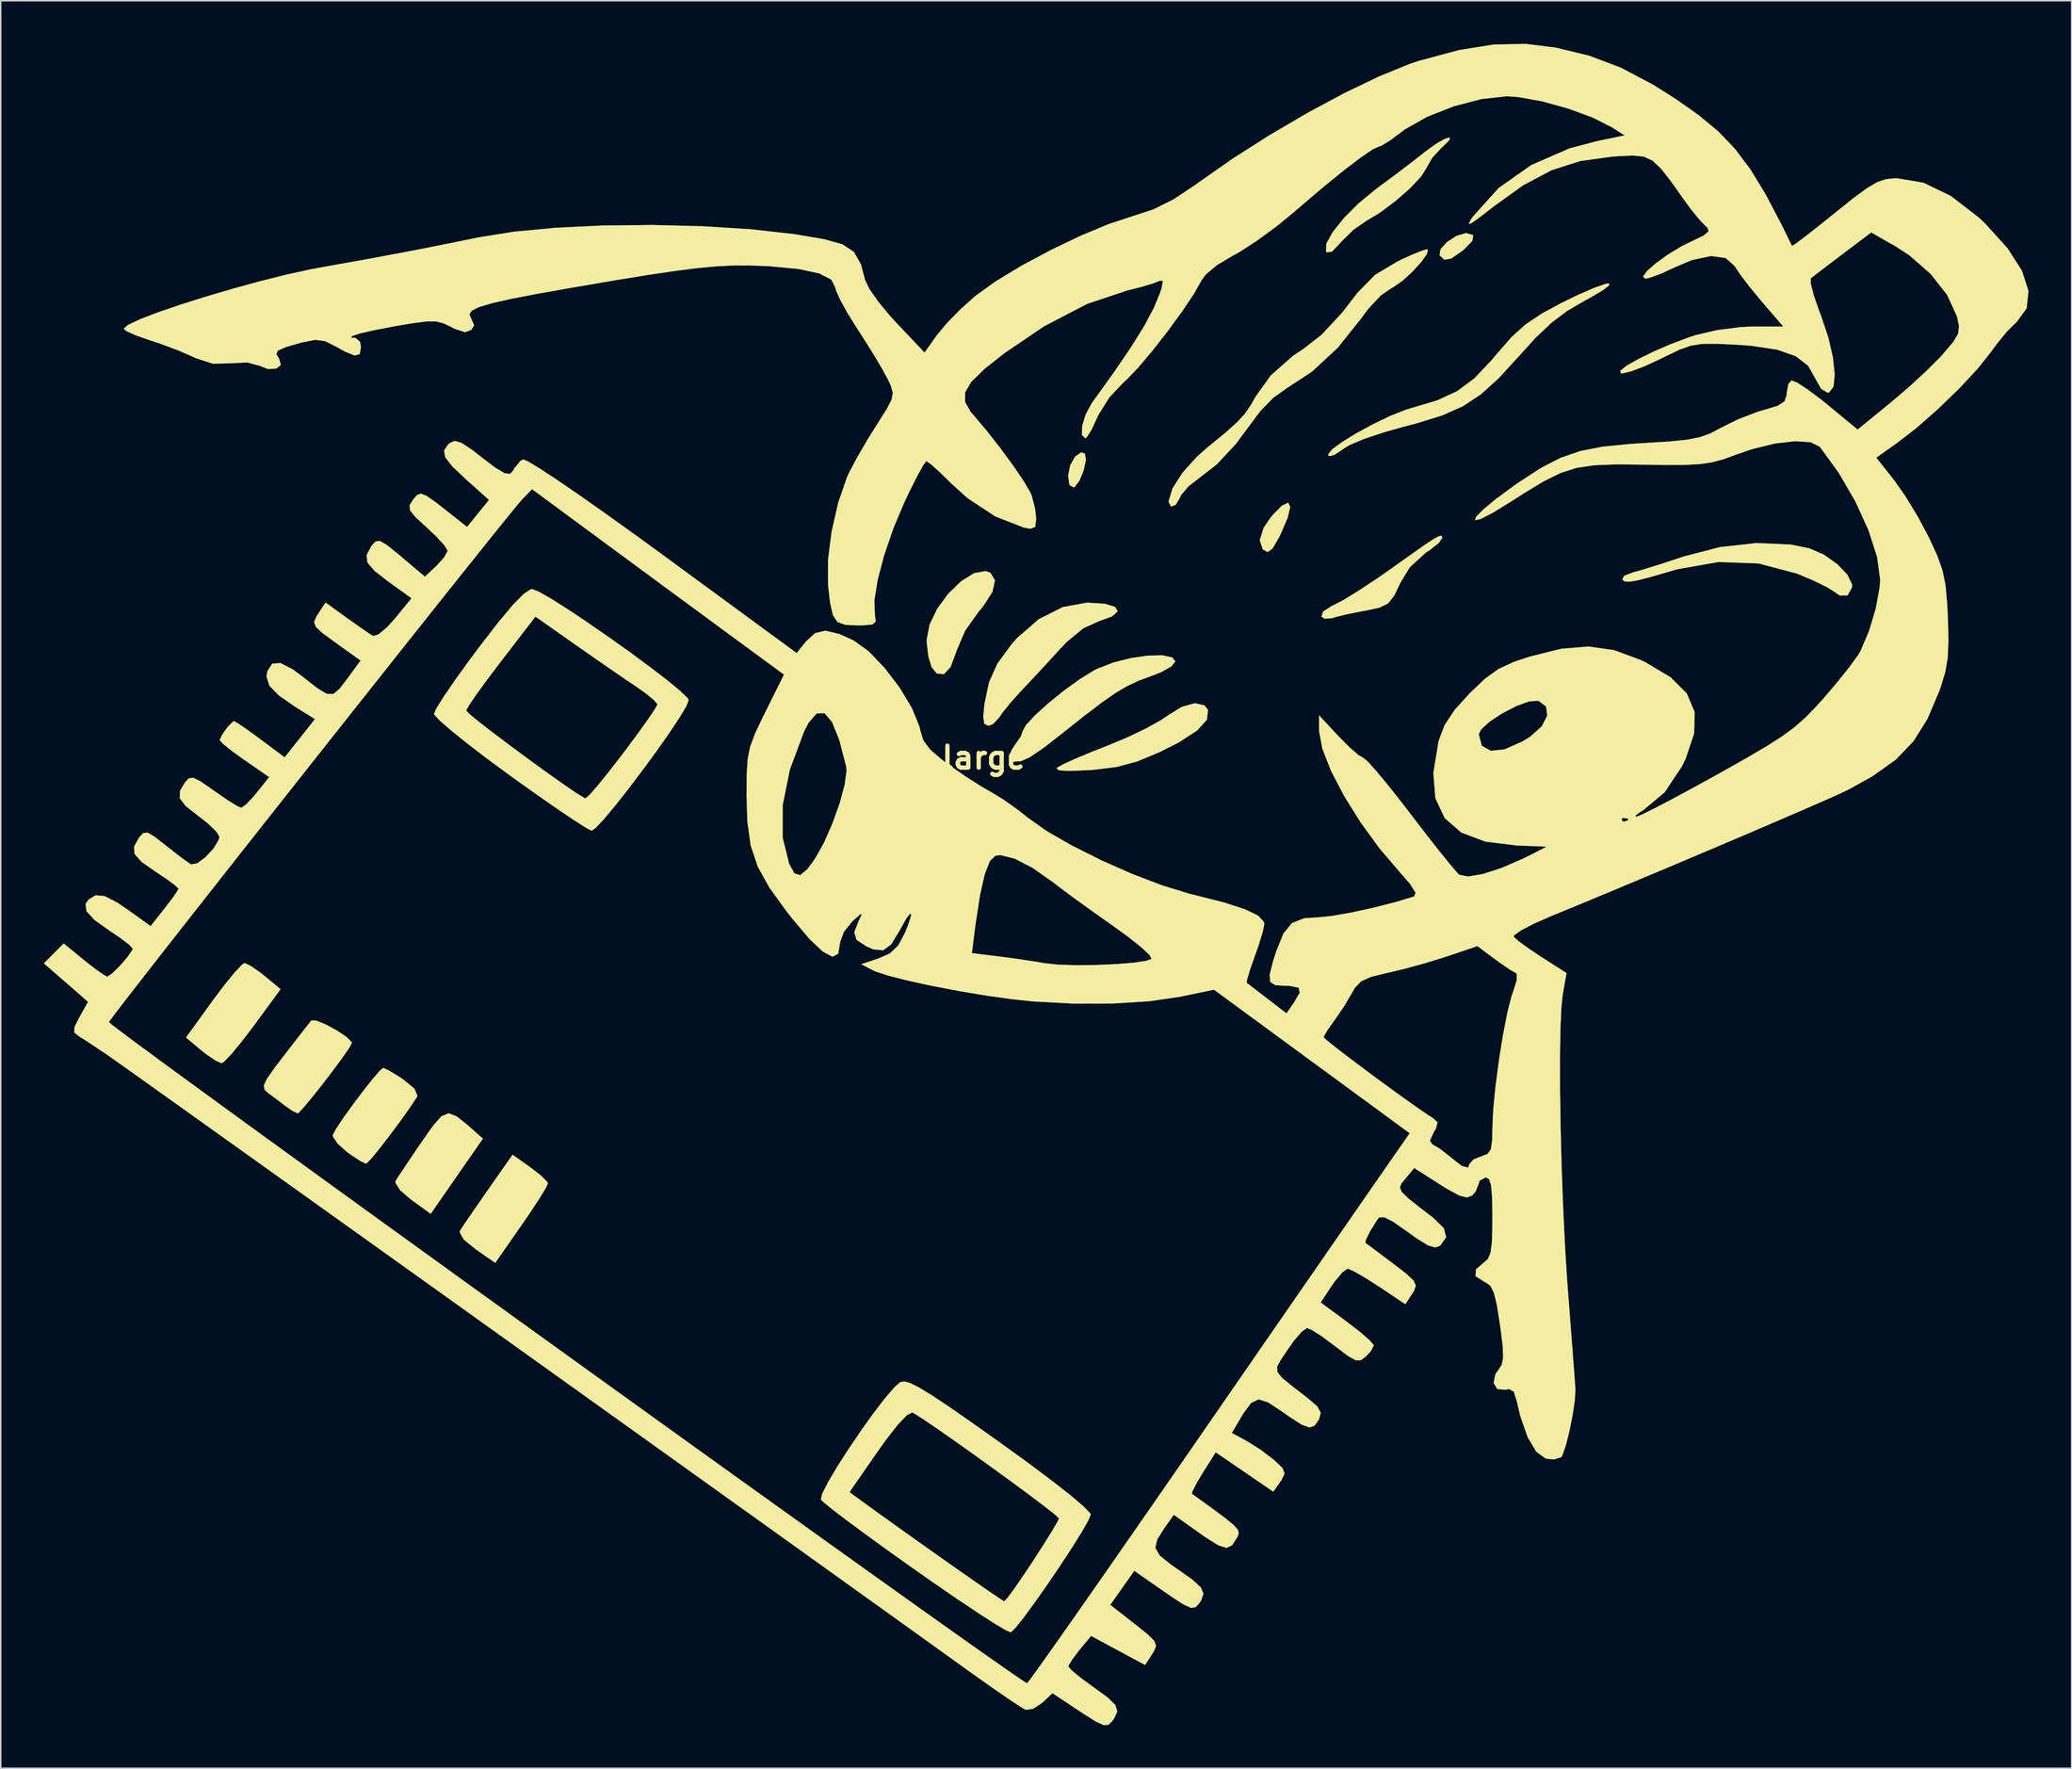
<source format=kicad_pcb>
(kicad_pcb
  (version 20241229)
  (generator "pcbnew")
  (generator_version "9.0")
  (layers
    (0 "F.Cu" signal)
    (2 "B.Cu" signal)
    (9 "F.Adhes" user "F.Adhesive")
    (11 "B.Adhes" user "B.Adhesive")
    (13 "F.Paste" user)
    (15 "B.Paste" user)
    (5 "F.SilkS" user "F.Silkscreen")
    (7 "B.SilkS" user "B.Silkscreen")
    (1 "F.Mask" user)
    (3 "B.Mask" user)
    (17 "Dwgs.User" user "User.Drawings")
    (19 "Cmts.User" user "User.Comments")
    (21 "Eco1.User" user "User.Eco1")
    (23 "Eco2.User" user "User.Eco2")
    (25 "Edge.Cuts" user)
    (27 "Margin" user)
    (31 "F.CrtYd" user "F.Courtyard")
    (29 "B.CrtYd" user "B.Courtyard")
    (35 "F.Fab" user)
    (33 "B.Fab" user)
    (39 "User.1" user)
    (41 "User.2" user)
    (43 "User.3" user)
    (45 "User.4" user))
  (footprint "ant_large"
    (layer "F.Cu")
    (at 63.029 49.681)
    (property "Reference" "ant_large" (at 0 0 0) (layer "F.SilkS") (effects (font (size 1.524 1.524) (thickness 0.3))))
    (attr through_hole)
    (fp_poly (pts (xy 9.421 -21.164) (xy 9.493 -20.72) (xy 9.337 -20.001) (xy 9.045 -19.283) (xy 8.707 -18.84) (xy 8.647 -18.81) (xy 8.348 -18.975) (xy 8.255 -19.62) (xy 8.4 -20.353) (xy 8.745 -20.954) (xy 9.158 -21.246) (xy 9.421 -21.164)) (stroke (width 0.01) (type solid)) (fill yes) (layer "F.SilkS"))
    (fp_poly (pts (xy 36.444 -36.369) (xy 36.386 -35.972) (xy 35.791 -35.358) (xy 35.676 -35.266) (xy 34.914 -34.741) (xy 34.44 -34.652) (xy 34.104 -34.969) (xy 34.167 -35.384) (xy 34.623 -35.886) (xy 35.277 -36.313) (xy 35.936 -36.505) (xy 35.957 -36.505) (xy 36.444 -36.369)) (stroke (width 0.01) (type solid)) (fill yes) (layer "F.SilkS"))
    (fp_poly (pts (xy 23.71 -17.455) (xy 23.538 -16.71) (xy 23.042 -15.553) (xy 22.925 -15.319) (xy 22.48 -14.557) (xy 22.143 -14.31) (xy 21.802 -14.499) (xy 21.802 -14.499) (xy 21.592 -15.126) (xy 21.862 -16) (xy 22.412 -16.803) (xy 23.132 -17.541) (xy 23.57 -17.745) (xy 23.71 -17.455)) (stroke (width 0.01) (type solid)) (fill yes) (layer "F.SilkS"))
    (fp_poly (pts (xy -34.314 24.954) (xy -33.585 25.533) (xy -33.303 25.781) (xy -32.474 26.511) (xy -34.291 29.128) (xy -36.107 31.745) (xy -37.433 30.784) (xy -38.234 30.103) (xy -38.558 29.586) (xy -38.536 29.437) (xy -38.263 29.012) (xy -37.728 28.209) (xy -37.029 27.175) (xy -36.743 26.757) (xy -35.94 25.612) (xy -35.357 24.956) (xy -34.86 24.749) (xy -34.314 24.954)) (stroke (width 0.01) (type solid)) (fill yes) (layer "F.SilkS"))
    (fp_poly (pts (xy -48.635 14.489) (xy -47.95 14.966) (xy -47.645 15.209) (xy -46.554 16.114) (xy -48.439 18.683) (xy -49.265 19.767) (xy -49.978 20.628) (xy -50.482 21.153) (xy -50.653 21.262) (xy -51.081 21.08) (xy -51.765 20.609) (xy -52.058 20.375) (xy -53.134 19.477) (xy -51.257 16.882) (xy -50.438 15.792) (xy -49.731 14.929) (xy -49.231 14.404) (xy -49.058 14.296) (xy -48.635 14.489)) (stroke (width 0.01) (type solid)) (fill yes) (layer "F.SilkS"))
    (fp_poly (pts (xy -29.181 28.501) (xy -28.456 29.063) (xy -28.012 29.503) (xy -27.947 29.63) (xy -28.115 29.985) (xy -28.575 30.734) (xy -29.248 31.753) (xy -29.777 32.524) (xy -31.614 35.156) (xy -32.956 34.227) (xy -33.81 33.529) (xy -34.091 33.022) (xy -34.056 32.901) (xy -33.775 32.477) (xy -33.225 31.673) (xy -32.502 30.629) (xy -32.111 30.069) (xy -30.408 27.633) (xy -29.181 28.501)) (stroke (width 0.01) (type solid)) (fill yes) (layer "F.SilkS"))
    (fp_poly (pts (xy 2.839 -12.87) (xy 3.164 -12.343) (xy 2.983 -11.53) (xy 2.317 -10.501) (xy 2.01 -10.142) (xy 1.082 -8.834) (xy 0.485 -7.431) (xy 0.467 -7.363) (xy 0.078 -6.322) (xy -0.394 -5.809) (xy -0.888 -5.86) (xy -1.249 -6.31) (xy -1.472 -7.041) (xy -1.584 -8.025) (xy -1.587 -8.206) (xy -1.384 -9.27) (xy -0.846 -10.378) (xy -0.081 -11.418) (xy 0.804 -12.274) (xy 1.702 -12.835) (xy 2.503 -12.986) (xy 2.839 -12.87)) (stroke (width 0.01) (type solid)) (fill yes) (layer "F.SilkS"))
    (fp_poly (pts (xy 17.745 -3.638) (xy 17.987 -3.322) (xy 17.918 -2.649) (xy 17.226 -1.887) (xy 15.909 -1.036) (xy 14.633 -0.394) (xy 13.053 0.265) (xy 11.629 0.648) (xy 10.002 0.846) (xy 9.711 0.866) (xy 8.341 0.922) (xy 7.586 0.875) (xy 7.452 0.724) (xy 7.461 0.715) (xy 7.877 0.475) (xy 8.748 0.077) (xy 9.931 -0.416) (xy 10.87 -0.784) (xy 12.316 -1.384) (xy 13.666 -2.027) (xy 14.723 -2.615) (xy 15.12 -2.889) (xy 16.152 -3.531) (xy 17.07 -3.788) (xy 17.745 -3.638)) (stroke (width 0.01) (type solid)) (fill yes) (layer "F.SilkS"))
    (fp_poly (pts (xy -39.044 21.754) (xy -38.359 22.168) (xy -38.008 22.4) (xy -37.227 23.05) (xy -37.03 23.535) (xy -37.061 23.608) (xy -37.563 24.368) (xy -38.235 25.312) (xy -38.974 26.306) (xy -39.68 27.216) (xy -40.247 27.907) (xy -40.575 28.244) (xy -40.606 28.258) (xy -40.98 28.083) (xy -41.647 27.646) (xy -41.928 27.442) (xy -42.577 26.863) (xy -42.907 26.379) (xy -42.917 26.257) (xy -42.682 25.819) (xy -42.181 25.068) (xy -41.519 24.147) (xy -40.804 23.197) (xy -40.142 22.36) (xy -39.64 21.778) (xy -39.414 21.59) (xy -39.044 21.754)) (stroke (width 0.01) (type solid)) (fill yes) (layer "F.SilkS"))
    (fp_poly (pts (xy -44.053 18.301) (xy -43.392 18.575) (xy -42.628 18.992) (xy -41.965 19.437) (xy -41.609 19.796) (xy -41.593 19.858) (xy -41.773 20.192) (xy -42.244 20.873) (xy -42.901 21.764) (xy -43.641 22.731) (xy -44.359 23.637) (xy -44.95 24.347) (xy -45.309 24.726) (xy -45.362 24.755) (xy -45.739 24.573) (xy -46.196 24.253) (xy -46.954 23.679) (xy -47.415 23.34) (xy -47.671 23.103) (xy -47.715 22.811) (xy -47.498 22.347) (xy -46.972 21.594) (xy -46.326 20.746) (xy -45.537 19.726) (xy -44.884 18.888) (xy -44.474 18.368) (xy -44.405 18.285) (xy -44.053 18.301)) (stroke (width 0.01) (type solid)) (fill yes) (layer "F.SilkS"))
    (fp_poly (pts (xy 10.802 -10.711) (xy 11.521 -10.493) (xy 11.702 -10.184) (xy 11.311 -9.831) (xy 10.444 -9.516) (xy 9.321 -9.014) (xy 8.164 -8.061) (xy 7.665 -7.538) (xy 6.677 -6.458) (xy 5.643 -5.346) (xy 4.982 -4.646) (xy 4.241 -3.825) (xy 3.661 -3.103) (xy 3.462 -2.801) (xy 3.008 -2.325) (xy 2.694 -2.223) (xy 2.425 -2.355) (xy 2.35 -2.843) (xy 2.432 -3.731) (xy 2.749 -5.244) (xy 3.336 -6.546) (xy 4.308 -7.875) (xy 4.701 -8.324) (xy 6.203 -9.632) (xy 7.879 -10.48) (xy 9.572 -10.788) (xy 9.578 -10.788) (xy 10.802 -10.711)) (stroke (width 0.01) (type solid)) (fill yes) (layer "F.SilkS"))
    (fp_poly (pts (xy 34.289 -15.321) (xy 34.29 -15.285) (xy 34.043 -14.941) (xy 33.424 -14.449) (xy 33.138 -14.263) (xy 32.035 -13.257) (xy 31.383 -12.186) (xy 30.949 -11.274) (xy 30.531 -10.743) (xy 29.93 -10.444) (xy 28.946 -10.232) (xy 28.654 -10.182) (xy 27.643 -9.983) (xy 26.838 -9.778) (xy 26.623 -9.703) (xy 26.079 -9.678) (xy 25.886 -9.828) (xy 25.999 -10.169) (xy 26.601 -10.558) (xy 26.743 -10.621) (xy 27.448 -10.992) (xy 28.502 -11.64) (xy 29.745 -12.462) (xy 30.656 -13.097) (xy 32.089 -14.118) (xy 33.086 -14.815) (xy 33.726 -15.237) (xy 34.087 -15.43) (xy 34.249 -15.442) (xy 34.289 -15.321)) (stroke (width 0.01) (type solid)) (fill yes) (layer "F.SilkS"))
    (fp_poly (pts (xy 34.801 -43) (xy 34.357 -42.548) (xy 34.248 -42.454) (xy 33.601 -41.76) (xy 33.203 -41.065) (xy 33.2 -41.053) (xy 32.811 -40.434) (xy 32.036 -39.616) (xy 31.028 -38.734) (xy 29.94 -37.924) (xy 29 -37.356) (xy 28.111 -36.742) (xy 27.284 -35.93) (xy 27.216 -35.846) (xy 26.614 -35.218) (xy 26.246 -35.172) (xy 26.205 -35.224) (xy 26.22 -35.761) (xy 26.661 -36.57) (xy 27.441 -37.546) (xy 28.477 -38.583) (xy 29.683 -39.576) (xy 29.78 -39.647) (xy 30.966 -40.525) (xy 32.146 -41.421) (xy 33.066 -42.142) (xy 33.073 -42.148) (xy 33.845 -42.712) (xy 34.452 -43.058) (xy 34.801 -43.163) (xy 34.801 -43)) (stroke (width 0.01) (type solid)) (fill yes) (layer "F.SilkS"))
    (fp_poly (pts (xy 15.506 -6.972) (xy 15.716 -6.698) (xy 15.434 -6.347) (xy 14.693 -5.936) (xy 14.043 -5.683) (xy 13.173 -5.362) (xy 12.379 -4.992) (xy 11.546 -4.501) (xy 10.562 -3.815) (xy 9.311 -2.86) (xy 7.826 -1.681) (xy 6.503 -0.653) (xy 5.563 -0.019) (xy 4.926 0.26) (xy 4.509 0.222) (xy 4.274 -0.02) (xy 4.299 -0.487) (xy 4.573 -0.918) (xy 4.972 -1.49) (xy 5.08 -1.819) (xy 5.323 -2.269) (xy 5.969 -2.965) (xy 6.891 -3.799) (xy 7.963 -4.664) (xy 9.057 -5.456) (xy 10.048 -6.067) (xy 10.271 -6.182) (xy 11.387 -6.618) (xy 12.617 -6.93) (xy 13.811 -7.102) (xy 14.823 -7.121) (xy 15.506 -6.972)) (stroke (width 0.01) (type solid)) (fill yes) (layer "F.SilkS"))
    (fp_poly (pts (xy 58.541 -14.831) (xy 59.824 -14.573) (xy 60.832 -14.139) (xy 61.768 -13.481) (xy 62.479 -12.74) (xy 62.811 -12.054) (xy 62.809 -11.854) (xy 62.493 -11.29) (xy 61.947 -11.288) (xy 61.586 -11.54) (xy 61.067 -11.868) (xy 60.146 -12.318) (xy 59.019 -12.795) (xy 58.972 -12.813) (xy 56.308 -13.518) (xy 53.511 -13.619) (xy 50.649 -13.114) (xy 50.437 -13.053) (xy 48.932 -12.615) (xy 47.924 -12.352) (xy 47.306 -12.245) (xy 46.97 -12.274) (xy 46.819 -12.403) (xy 46.959 -12.66) (xy 47.533 -12.885) (xy 48.236 -13.08) (xy 49.338 -13.422) (xy 50.64 -13.848) (xy 51.106 -14.005) (xy 53.621 -14.656) (xy 56.166 -14.935) (xy 58.541 -14.831)) (stroke (width 0.01) (type solid)) (fill yes) (layer "F.SilkS"))
    (fp_poly (pts (xy 45.919 -32.886) (xy 45.479 -32.542) (xy 44.647 -32.045) (xy 44.246 -31.829) (xy 42.992 -31.1) (xy 41.89 -30.272) (xy 40.762 -29.196) (xy 39.621 -27.94) (xy 38.219 -26.411) (xy 36.982 -25.288) (xy 35.73 -24.461) (xy 34.283 -23.82) (xy 32.461 -23.256) (xy 31.557 -23.019) (xy 30.125 -22.616) (xy 28.84 -22.181) (xy 27.887 -21.781) (xy 27.556 -21.589) (xy 26.78 -21.073) (xy 26.406 -20.977) (xy 26.352 -21.102) (xy 26.62 -21.451) (xy 27.328 -21.973) (xy 28.333 -22.589) (xy 29.494 -23.218) (xy 30.668 -23.782) (xy 31.711 -24.2) (xy 32.134 -24.328) (xy 33.944 -24.868) (xy 35.335 -25.512) (xy 36.522 -26.395) (xy 37.719 -27.656) (xy 38.095 -28.105) (xy 39.12 -29.276) (xy 40.091 -30.153) (xy 41.235 -30.916) (xy 42.545 -31.625) (xy 43.789 -32.23) (xy 44.879 -32.701) (xy 45.655 -32.973) (xy 45.879 -33.013) (xy 45.919 -32.886)) (stroke (width 0.01) (type solid)) (fill yes) (layer "F.SilkS"))
    (fp_poly (pts (xy 33.229 -35.062) (xy 32.817 -34.483) (xy 32.193 -33.804) (xy 31.499 -33.173) (xy 30.876 -32.741) (xy 30.765 -32.689) (xy 30.015 -32.168) (xy 29.141 -31.239) (xy 28.567 -30.468) (xy 27.011 -28.524) (xy 25.227 -26.869) (xy 23.441 -25.696) (xy 22.536 -25.051) (xy 21.648 -24.143) (xy 21.377 -23.786) (xy 19.928 -21.838) (xy 18.603 -20.417) (xy 17.422 -19.501) (xy 16.641 -18.894) (xy 16.116 -18.278) (xy 16.038 -18.109) (xy 15.742 -17.601) (xy 15.417 -17.475) (xy 15.253 -17.795) (xy 15.253 -17.859) (xy 15.528 -18.759) (xy 16.227 -19.846) (xy 17.239 -20.966) (xy 17.949 -21.59) (xy 19.169 -22.587) (xy 20.003 -23.333) (xy 20.573 -23.958) (xy 21.002 -24.589) (xy 21.273 -25.082) (xy 22.362 -26.606) (xy 23.917 -27.977) (xy 24.606 -28.43) (xy 25.898 -29.437) (xy 27.324 -30.969) (xy 28.405 -32.368) (xy 29.621 -33.605) (xy 31.262 -34.583) (xy 32.244 -35.028) (xy 32.973 -35.317) (xy 33.29 -35.388) (xy 33.229 -35.062)) (stroke (width 0.01) (type solid)) (fill yes) (layer "F.SilkS"))
    (fp_poly (pts (xy -28.583 -11.552) (xy -27.718 -11.059) (xy -26.553 -10.322) (xy -25.187 -9.41) (xy -23.718 -8.393) (xy -22.242 -7.341) (xy -20.859 -6.322) (xy -19.665 -5.405) (xy -18.759 -4.66) (xy -18.239 -4.157) (xy -18.154 -4.016) (xy -18.304 -3.607) (xy -18.776 -2.812) (xy -19.492 -1.735) (xy -20.376 -0.477) (xy -21.352 0.857) (xy -22.343 2.166) (xy -23.272 3.344) (xy -24.064 4.291) (xy -24.641 4.902) (xy -24.905 5.08) (xy -25.263 4.902) (xy -26.05 4.403) (xy -27.184 3.641) (xy -28.583 2.669) (xy -30.165 1.545) (xy -30.574 1.25) (xy -32.171 0.076) (xy -33.575 -1) (xy -34.709 -1.913) (xy -35.497 -2.602) (xy -35.862 -3.004) (xy -35.877 -3.052) (xy -35.776 -3.276) (xy -33.637 -3.276) (xy -33.39 -3.022) (xy -32.729 -2.481) (xy -31.761 -1.731) (xy -30.593 -0.851) (xy -29.331 0.082) (xy -28.081 0.989) (xy -26.949 1.792) (xy -26.043 2.413) (xy -25.467 2.774) (xy -25.332 2.833) (xy -25.065 2.604) (xy -24.501 1.96) (xy -23.72 0.998) (xy -22.801 -0.186) (xy -22.713 -0.302) (xy -21.802 -1.525) (xy -21.051 -2.57) (xy -20.535 -3.332) (xy -20.327 -3.705) (xy -20.326 -3.715) (xy -20.573 -4.015) (xy -21.204 -4.525) (xy -21.834 -4.967) (xy -22.759 -5.592) (xy -24.002 -6.447) (xy -25.362 -7.392) (xy -26.075 -7.892) (xy -28.815 -9.82) (xy -31.235 -6.678) (xy -32.155 -5.461) (xy -32.912 -4.42) (xy -33.43 -3.661) (xy -33.637 -3.286) (xy -33.637 -3.276) (xy -35.776 -3.276) (xy -35.694 -3.455) (xy -35.187 -4.265) (xy -34.422 -5.383) (xy -33.464 -6.714) (xy -32.782 -7.63) (xy -31.431 -9.379) (xy -30.393 -10.623) (xy -29.64 -11.392) (xy -29.146 -11.717) (xy -29.051 -11.733) (xy -28.583 -11.552)) (stroke (width 0.01) (type solid)) (fill yes) (layer "F.SilkS"))
    (fp_poly (pts (xy -2.748 43.522) (xy -2.132 43.827) (xy -1.25 44.363) (xy -0.039 45.168) (xy 1.562 46.28) (xy 3.507 47.659) (xy 5.47 49.079) (xy 7.13 50.322) (xy 8.437 51.347) (xy 9.339 52.115) (xy 9.786 52.583) (xy 9.826 52.679) (xy 9.647 53.112) (xy 9.175 53.935) (xy 8.488 55.031) (xy 7.665 56.285) (xy 6.785 57.581) (xy 5.926 58.803) (xy 5.167 59.836) (xy 4.587 60.564) (xy 4.263 60.871) (xy 4.261 60.871) (xy 3.917 60.725) (xy 3.131 60.257) (xy 1.98 59.516) (xy 0.538 58.552) (xy -1.12 57.414) (xy -2.395 56.521) (xy -4.164 55.263) (xy -5.761 54.106) (xy -7.112 53.108) (xy -8.143 52.322) (xy -8.779 51.806) (xy -8.95 51.634) (xy -8.863 51.234) (xy -8.802 51.115) (xy -6.963 51.115) (xy -6.101 51.744) (xy -4.905 52.611) (xy -3.52 53.604) (xy -2.037 54.659) (xy -0.546 55.713) (xy 0.859 56.701) (xy 2.088 57.558) (xy 3.049 58.22) (xy 3.651 58.622) (xy 3.81 58.716) (xy 4.038 58.472) (xy 4.53 57.804) (xy 5.207 56.821) (xy 5.794 55.937) (xy 6.548 54.767) (xy 7.15 53.798) (xy 7.528 53.148) (xy 7.62 52.943) (xy 7.376 52.706) (xy 6.706 52.175) (xy 5.707 51.42) (xy 4.476 50.508) (xy 3.106 49.511) (xy 1.696 48.496) (xy 0.339 47.533) (xy -0.867 46.691) (xy -1.827 46.039) (xy -2.445 45.648) (xy -2.597 45.57) (xy -2.965 45.757) (xy -3.6 46.424) (xy -4.447 47.508) (xy -4.99 48.269) (xy -6.963 51.115) (xy -8.802 51.115) (xy -8.465 50.444) (xy -7.833 49.375) (xy -7.043 48.142) (xy -6.171 46.856) (xy -5.295 45.63) (xy -4.489 44.579) (xy -3.83 43.813) (xy -3.422 43.46) (xy -3.157 43.412) (xy -2.748 43.522)) (stroke (width 0.01) (type solid)) (fill yes) (layer "F.SilkS"))
    (fp_poly (pts (xy 42.183 -49.417) (xy 44.537 -48.846) (xy 46.725 -48.017) (xy 48.958 -46.84) (xy 50.543 -45.838) (xy 52.161 -44.699) (xy 53.507 -43.578) (xy 54.668 -42.364) (xy 55.733 -40.947) (xy 56.788 -39.216) (xy 57.921 -37.061) (xy 58.628 -35.617) (xy 58.877 -35.765) (xy 59.519 -36.243) (xy 60.458 -36.977) (xy 61.597 -37.892) (xy 61.63 -37.919) (xy 62.923 -38.954) (xy 63.859 -39.642) (xy 64.562 -40.054) (xy 65.156 -40.257) (xy 65.765 -40.32) (xy 65.95 -40.322) (xy 67.774 -40.013) (xy 69.679 -39.096) (xy 71.632 -37.589) (xy 72.079 -37.166) (xy 73.637 -35.442) (xy 74.641 -33.871) (xy 75.085 -32.477) (xy 74.962 -31.284) (xy 74.264 -30.317) (xy 74.177 -30.246) (xy 73.59 -29.659) (xy 72.872 -28.783) (xy 72.491 -28.258) (xy 71.558 -27.081) (xy 70.268 -25.696) (xy 68.782 -24.259) (xy 67.264 -22.927) (xy 65.983 -21.935) (xy 64.497 -20.88) (xy 65.749 -19.296) (xy 66.513 -18.208) (xy 67.358 -16.82) (xy 68.111 -15.415) (xy 68.175 -15.285) (xy 68.741 -14.052) (xy 69.102 -13.041) (xy 69.313 -12.015) (xy 69.429 -10.733) (xy 69.478 -9.749) (xy 69.518 -8.152) (xy 69.467 -6.965) (xy 69.298 -5.965) (xy 68.985 -4.932) (xy 68.892 -4.669) (xy 68.062 -2.709) (xy 67.092 -1.154) (xy 65.854 0.136) (xy 64.221 1.297) (xy 62.54 2.23) (xy 61.9 2.531) (xy 60.756 3.04) (xy 59.19 3.723) (xy 57.283 4.545) (xy 55.119 5.471) (xy 52.778 6.466) (xy 50.344 7.495) (xy 47.897 8.523) (xy 45.522 9.516) (xy 43.298 10.437) (xy 41.843 11.035) (xy 40.67 11.551) (xy 39.784 12.011) (xy 39.305 12.347) (xy 39.259 12.46) (xy 39.604 12.772) (xy 40.328 13.299) (xy 41.19 13.872) (xy 42.939 14.991) (xy 42.677 16.465) (xy 42.576 17.447) (xy 42.512 18.962) (xy 42.483 20.912) (xy 42.489 23.195) (xy 42.527 25.713) (xy 42.595 28.366) (xy 42.692 31.053) (xy 42.815 33.675) (xy 42.964 36.131) (xy 43.051 37.306) (xy 43.202 39.235) (xy 43.336 40.978) (xy 43.446 42.422) (xy 43.523 43.457) (xy 43.558 43.971) (xy 43.558 43.974) (xy 43.515 44.734) (xy 43.358 45.781) (xy 43.132 46.907) (xy 42.88 47.902) (xy 42.647 48.56) (xy 42.567 48.682) (xy 42.064 48.837) (xy 41.502 48.782) (xy 40.842 48.31) (xy 40.233 47.29) (xy 39.718 45.806) (xy 39.493 44.839) (xy 39.278 44.136) (xy 38.945 43.938) (xy 38.692 43.987) (xy 38.127 43.946) (xy 37.869 43.517) (xy 37.992 42.901) (xy 38.195 42.613) (xy 38.427 42.264) (xy 38.528 41.782) (xy 38.504 41.017) (xy 38.36 39.819) (xy 38.301 39.402) (xy 38.088 38.066) (xy 37.883 37.228) (xy 37.636 36.753) (xy 37.297 36.508) (xy 37.216 36.476) (xy 36.611 36.087) (xy 36.633 35.616) (xy 37.148 35.169) (xy 37.458 34.901) (xy 37.648 34.478) (xy 37.746 33.759) (xy 37.78 32.602) (xy 37.782 31.991) (xy 37.763 30.618) (xy 37.692 29.77) (xy 37.552 29.338) (xy 37.322 29.21) (xy 37.306 29.21) (xy 36.885 29.444) (xy 36.83 29.647) (xy 36.606 30.209) (xy 36.374 30.464) (xy 36.012 30.606) (xy 35.477 30.471) (xy 34.632 30.014) (xy 34.13 29.699) (xy 32.343 28.556) (xy 31.738 29.28) (xy 31.451 29.631) (xy 31.339 29.912) (xy 31.469 30.22) (xy 31.909 30.652) (xy 32.728 31.306) (xy 33.647 32.012) (xy 34.402 32.75) (xy 34.564 33.378) (xy 34.15 33.957) (xy 33.804 34.091) (xy 33.304 33.943) (xy 32.523 33.461) (xy 31.89 33.006) (xy 30.898 32.311) (xy 30.276 31.988) (xy 29.918 31.991) (xy 29.797 32.109) (xy 29.271 32.956) (xy 28.97 33.563) (xy 28.946 33.774) (xy 29.233 33.982) (xy 29.889 34.472) (xy 30.779 35.14) (xy 30.865 35.205) (xy 31.798 35.924) (xy 32.299 36.395) (xy 32.449 36.744) (xy 32.328 37.098) (xy 32.2 37.302) (xy 31.721 38.032) (xy 29.87 36.796) (xy 28.905 36.18) (xy 28.132 35.737) (xy 27.711 35.56) (xy 27.705 35.56) (xy 27.354 35.803) (xy 26.836 36.414) (xy 26.609 36.738) (xy 25.828 37.915) (xy 27.678 39.277) (xy 28.582 39.978) (xy 29.242 40.554) (xy 29.525 40.891) (xy 29.527 40.908) (xy 29.316 41.308) (xy 28.964 41.687) (xy 28.617 41.933) (xy 28.253 41.933) (xy 27.718 41.631) (xy 26.858 40.975) (xy 26.821 40.946) (xy 25.943 40.292) (xy 25.233 39.838) (xy 24.882 39.691) (xy 24.524 39.935) (xy 23.977 40.569) (xy 23.533 41.196) (xy 23.059 41.899) (xy 22.802 42.375) (xy 22.816 42.757) (xy 23.154 43.173) (xy 23.869 43.757) (xy 24.895 44.545) (xy 25.59 45.145) (xy 25.836 45.583) (xy 25.722 46.028) (xy 25.709 46.053) (xy 25.41 46.487) (xy 25.047 46.615) (xy 24.493 46.409) (xy 23.619 45.844) (xy 23.172 45.527) (xy 22.186 44.873) (xy 21.515 44.655) (xy 20.992 44.902) (xy 20.445 45.642) (xy 20.221 46.016) (xy 19.645 46.997) (xy 20.668 47.549) (xy 21.648 48.165) (xy 22.589 48.882) (xy 22.604 48.895) (xy 23.179 49.444) (xy 23.321 49.831) (xy 23.094 50.287) (xy 23.025 50.386) (xy 22.531 51.082) (xy 20.529 49.711) (xy 18.526 48.34) (xy 17.638 49.743) (xy 17.162 50.544) (xy 16.892 51.091) (xy 16.869 51.231) (xy 18.256 52.23) (xy 19.202 52.932) (xy 19.78 53.408) (xy 20.064 53.732) (xy 20.128 53.975) (xy 20.045 54.212) (xy 19.998 54.3) (xy 19.66 54.814) (xy 19.278 54.994) (xy 18.719 54.82) (xy 17.85 54.277) (xy 17.387 53.952) (xy 15.61 52.692) (xy 14.968 53.594) (xy 14.453 54.403) (xy 14.322 54.994) (xy 14.624 55.526) (xy 15.407 56.157) (xy 15.852 56.462) (xy 16.912 57.214) (xy 17.495 57.755) (xy 17.672 58.197) (xy 17.511 58.652) (xy 17.369 58.861) (xy 17.122 59.124) (xy 16.816 59.17) (xy 16.324 58.955) (xy 15.515 58.434) (xy 14.904 58.012) (xy 12.859 56.588) (xy 11.185 58.961) (xy 12.892 60.294) (xy 13.785 61.009) (xy 14.253 61.473) (xy 14.373 61.823) (xy 14.223 62.195) (xy 14.103 62.384) (xy 13.607 63.141) (xy 11.729 62.13) (xy 9.852 61.119) (xy 9.065 62.071) (xy 8.557 62.734) (xy 8.282 63.187) (xy 8.266 63.243) (xy 8.502 63.521) (xy 9.129 64.038) (xy 9.997 64.672) (xy 11.009 65.41) (xy 11.545 65.941) (xy 11.672 66.384) (xy 11.458 66.862) (xy 11.318 67.055) (xy 11.059 67.306) (xy 10.724 67.327) (xy 10.175 67.075) (xy 9.275 66.507) (xy 9.037 66.35) (xy 7.165 65.106) (xy 6.456 65.772) (xy 5.821 66.193) (xy 5.3 66.266) (xy 4.895 66.028) (xy 4.08 65.485) (xy 2.954 64.707) (xy 1.62 63.764) (xy 0.918 63.261) (xy -0.44 62.285) (xy -2.191 61.027) (xy -4.296 59.517) (xy -6.714 57.784) (xy -9.404 55.856) (xy -12.327 53.762) (xy -15.442 51.532) (xy -18.708 49.194) (xy -22.085 46.777) (xy -25.532 44.31) (xy -29.01 41.822) (xy -32.477 39.342) (xy -35.894 36.898) (xy -39.22 34.52) (xy -42.414 32.237) (xy -45.436 30.077) (xy -48.247 28.069) (xy -50.804 26.243) (xy -53.068 24.627) (xy -54.999 23.25) (xy -56.555 22.14) (xy -57.698 21.328) (xy -58.385 20.842) (xy -58.55 20.727) (xy -59.483 20.097) (xy -60.262 19.587) (xy -60.613 19.37) (xy -60.912 19.119) (xy -60.894 18.75) (xy -60.721 18.405) (xy -58.502 18.405) (xy -58.257 18.613) (xy -57.534 19.163) (xy -56.37 20.029) (xy -54.803 21.182) (xy -52.871 22.595) (xy -50.612 24.242) (xy -48.064 26.094) (xy -45.264 28.126) (xy -42.25 30.308) (xy -39.061 32.615) (xy -35.733 35.018) (xy -32.306 37.492) (xy -28.816 40.007) (xy -25.302 42.538) (xy -21.801 45.057) (xy -18.352 47.536) (xy -14.992 49.948) (xy -11.758 52.267) (xy -8.69 54.464) (xy -5.824 56.514) (xy -3.199 58.387) (xy -0.853 60.057) (xy 1.178 61.498) (xy 2.854 62.68) (xy 4.139 63.579) (xy 4.993 64.165) (xy 5.38 64.412) (xy 5.397 64.418) (xy 5.601 64.164) (xy 6.133 63.431) (xy 6.964 62.263) (xy 8.063 60.704) (xy 9.399 58.798) (xy 10.94 56.589) (xy 12.657 54.121) (xy 14.518 51.438) (xy 16.493 48.585) (xy 16.986 47.871) (xy 19.044 44.892) (xy 21.041 42.002) (xy 22.939 39.255) (xy 24.703 36.705) (xy 26.294 34.404) (xy 27.675 32.407) (xy 28.81 30.767) (xy 29.662 29.537) (xy 30.193 28.772) (xy 30.222 28.731) (xy 32.027 26.138) (xy 25.216 21.143) (xy 22.913 19.454) (xy 26.035 19.454) (xy 26.275 19.684) (xy 26.924 20.203) (xy 27.871 20.929) (xy 29.008 21.783) (xy 30.227 22.683) (xy 31.418 23.548) (xy 32.472 24.299) (xy 33.28 24.854) (xy 33.655 25.091) (xy 33.958 25.374) (xy 33.853 25.803) (xy 33.691 26.082) (xy 33.431 26.655) (xy 33.598 26.915) (xy 33.633 26.927) (xy 34.117 27.212) (xy 34.789 27.737) (xy 34.867 27.805) (xy 35.657 28.416) (xy 36.089 28.531) (xy 36.195 28.264) (xy 36.464 27.963) (xy 36.989 27.753) (xy 37.446 27.579) (xy 37.684 27.239) (xy 37.772 26.559) (xy 37.782 25.803) (xy 37.841 24.486) (xy 38.001 22.852) (xy 38.234 21.074) (xy 38.514 19.325) (xy 38.816 17.777) (xy 39.112 16.603) (xy 39.249 16.213) (xy 39.479 15.476) (xy 39.472 15.035) (xy 39.423 14.993) (xy 39.009 14.757) (xy 38.302 14.273) (xy 37.933 14.003) (xy 36.737 13.112) (xy 34.578 13.843) (xy 33.117 14.297) (xy 31.543 14.725) (xy 30.469 14.976) (xy 29.335 15.252) (xy 28.645 15.564) (xy 28.21 16.018) (xy 28.024 16.341) (xy 27.474 17.279) (xy 26.818 18.238) (xy 26.782 18.286) (xy 26.303 18.959) (xy 26.048 19.403) (xy 26.035 19.454) (xy 22.913 19.454) (xy 18.406 16.148) (xy 15.995 16.647) (xy 13.888 16.952) (xy 11.362 17.108) (xy 8.618 17.113) (xy 5.854 16.964) (xy 4.437 16.819) (xy 2.616 16.567) (xy 0.702 16.248) (xy -1.17 15.89) (xy -2.862 15.523) (xy -4.24 15.174) (xy -5.165 14.872) (xy -5.336 14.793) (xy -6.14 14.372) (xy -4.973 13.987) (xy -4.146 13.623) (xy -4.125 13.603) (xy 1.556 13.603) (xy 3.397 13.829) (xy 4.73 14.007) (xy 6.072 14.211) (xy 6.668 14.312) (xy 7.59 14.409) (xy 8.828 14.446) (xy 10.218 14.431) (xy 11.6 14.37) (xy 12.812 14.271) (xy 13.692 14.139) (xy 14.064 14.002) (xy 13.922 13.733) (xy 13.347 13.194) (xy 12.431 12.465) (xy 11.399 11.717) (xy 10.056 10.769) (xy 8.759 9.835) (xy 7.688 9.043) (xy 7.177 8.65) (xy 5.775 7.663) (xy 4.528 7.023) (xy 3.545 6.78) (xy 3.193 6.82) (xy 2.808 7.196) (xy 2.456 8.09) (xy 2.127 9.537) (xy 1.812 11.576) (xy 1.742 12.12) (xy 1.556 13.603) (xy -4.125 13.603) (xy -3.57 13.074) (xy -3.086 12.162) (xy -2.866 11.61) (xy -2.663 10.961) (xy -2.727 10.835) (xy -3.012 11.2) (xy -3.473 12.026) (xy -3.478 12.036) (xy -4.057 12.991) (xy -4.616 13.403) (xy -5.302 13.34) (xy -5.794 13.125) (xy -6.472 12.673) (xy -6.626 12.15) (xy -6.316 11.347) (xy -6.307 11.33) (xy -6.106 10.907) (xy -6.201 10.893) (xy -6.67 11.302) (xy -6.783 11.406) (xy -7.352 12.123) (xy -7.618 12.838) (xy -7.62 12.895) (xy -7.75 13.644) (xy -8.144 13.848) (xy -8.81 13.503) (xy -9.755 12.605) (xy -10.985 11.15) (xy -11.323 10.718) (xy -12.535 9.04) (xy -13.347 7.576) (xy -13.833 6.115) (xy -13.911 5.564) (xy -11.613 5.564) (xy -11.163 7.382) (xy -10.796 8.05) (xy -10.394 8.177) (xy -9.881 7.749) (xy -9.353 7.022) (xy -8.732 5.913) (xy -8.141 4.569) (xy -7.642 3.169) (xy -7.296 1.891) (xy -7.162 0.917) (xy -7.186 0.635) (xy -7.672 -1.243) (xy -8.177 -2.487) (xy -8.7 -3.099) (xy -9.244 -3.08) (xy -9.81 -2.43) (xy -10.122 -1.826) (xy -11.111 0.827) (xy -11.611 3.314) (xy -11.613 5.564) (xy -13.911 5.564) (xy -14.067 4.447) (xy -14.123 2.672) (xy -14.114 1.186) (xy -14.048 0.118) (xy -13.876 -0.75) (xy -13.551 -1.634) (xy -13.023 -2.753) (xy -12.823 -3.156) (xy -11.518 -5.782) (xy -15.04 -8.368) (xy -16.466 -9.416) (xy -18.242 -10.722) (xy -20.207 -12.168) (xy -22.2 -13.636) (xy -23.807 -14.82) (xy -29.051 -18.686) (xy -29.725 -17.995) (xy -30.053 -17.613) (xy -30.726 -16.791) (xy -31.705 -15.578) (xy -32.953 -14.021) (xy -34.432 -12.17) (xy -36.104 -10.071) (xy -37.93 -7.773) (xy -39.873 -5.325) (xy -41.895 -2.773) (xy -43.957 -0.167) (xy -46.022 2.446) (xy -48.052 5.017) (xy -50.008 7.499) (xy -51.852 9.843) (xy -53.548 12.002) (xy -55.056 13.927) (xy -56.338 15.57) (xy -57.357 16.883) (xy -58.074 17.818) (xy -58.452 18.326) (xy -58.502 18.405) (xy -60.721 18.405) (xy -60.547 18.058) (xy -60.534 18.035) (xy -59.949 16.991) (xy -61.486 15.653) (xy -63.024 14.315) (xy -62.336 13.623) (xy -61.649 12.931) (xy -60.24 14.085) (xy -59.44 14.712) (xy -58.836 15.131) (xy -58.61 15.24) (xy -58.276 15.021) (xy -57.75 14.503) (xy -57.223 13.895) (xy -56.884 13.407) (xy -56.843 13.289) (xy -57.082 13.021) (xy -57.714 12.539) (xy -58.392 12.083) (xy -59.499 11.296) (xy -60.06 10.682) (xy -60.122 10.177) (xy -59.919 9.881) (xy -59.423 9.578) (xy -58.798 9.634) (xy -57.923 10.081) (xy -57.125 10.624) (xy -55.596 11.722) (xy -54.627 10.499) (xy -54.065 9.76) (xy -53.716 9.243) (xy -53.657 9.116) (xy -53.903 8.873) (xy -54.538 8.408) (xy -55.245 7.938) (xy -56.235 7.243) (xy -56.715 6.698) (xy -56.747 6.176) (xy -56.399 5.561) (xy -56.12 5.25) (xy -55.813 5.216) (xy -55.32 5.503) (xy -54.573 6.086) (xy -53.731 6.746) (xy -53.053 7.251) (xy -52.785 7.43) (xy -52.36 7.355) (xy -51.774 6.924) (xy -51.212 6.316) (xy -50.855 5.71) (xy -50.81 5.497) (xy -51.044 5.116) (xy -51.656 4.537) (xy -52.229 4.093) (xy -53.144 3.376) (xy -53.565 2.827) (xy -53.552 2.306) (xy -53.222 1.748) (xy -52.953 1.447) (xy -52.647 1.394) (xy -52.156 1.631) (xy -51.328 2.2) (xy -51.157 2.322) (xy -50.274 2.932) (xy -49.594 3.355) (xy -49.291 3.492) (xy -48.965 3.266) (xy -48.427 2.697) (xy -48.199 2.421) (xy -47.344 1.35) (xy -49.072 0.16) (xy -49.949 -0.472) (xy -50.567 -0.974) (xy -50.79 -1.229) (xy -50.609 -1.62) (xy -50.232 -2.139) (xy -49.876 -2.502) (xy -49.79 -2.54) (xy -49.481 -2.365) (xy -48.813 -1.905) (xy -47.956 -1.28) (xy -46.268 -0.021) (xy -44.16 -2.685) (xy -45.496 -3.516) (xy -46.678 -4.334) (xy -47.335 -5.016) (xy -47.534 -5.65) (xy -47.471 -6.017) (xy -47.132 -6.542) (xy -46.561 -6.587) (xy -45.698 -6.142) (xy -44.98 -5.605) (xy -43.989 -4.829) (xy -43.34 -4.44) (xy -42.877 -4.432) (xy -42.447 -4.794) (xy -41.951 -5.442) (xy -40.982 -6.759) (xy -42.713 -7.999) (xy -43.626 -8.667) (xy -44.101 -9.103) (xy -44.22 -9.44) (xy -44.064 -9.814) (xy -43.934 -10.017) (xy -43.424 -10.795) (xy -41.953 -9.734) (xy -41.082 -9.115) (xy -40.392 -8.642) (xy -40.12 -8.467) (xy -39.735 -8.58) (xy -39.119 -9.099) (xy -38.598 -9.678) (xy -37.438 -11.094) (xy -39.039 -12.244) (xy -40.02 -13.005) (xy -40.508 -13.582) (xy -40.565 -14.103) (xy -40.249 -14.7) (xy -40.207 -14.758) (xy -39.945 -15.046) (xy -39.647 -15.082) (xy -39.178 -14.815) (xy -38.402 -14.193) (xy -38.14 -13.973) (xy -36.506 -12.595) (xy -35.716 -13.338) (xy -35.178 -13.93) (xy -34.927 -14.378) (xy -34.925 -14.405) (xy -35.146 -14.773) (xy -35.721 -15.4) (xy -36.376 -16.017) (xy -37.164 -16.743) (xy -37.539 -17.208) (xy -37.574 -17.56) (xy -37.347 -17.939) (xy -37.074 -18.264) (xy -36.802 -18.377) (xy -36.406 -18.231) (xy -35.76 -17.78) (xy -34.763 -16.998) (xy -33.576 -16.057) (xy -32.811 -16.998) (xy -32.045 -17.939) (xy -33.644 -19.367) (xy -34.602 -20.274) (xy -35.097 -20.911) (xy -35.176 -21.384) (xy -34.887 -21.802) (xy -34.774 -21.901) (xy -34.427 -22.047) (xy -33.953 -21.904) (xy -33.219 -21.415) (xy -32.668 -20.988) (xy -31.639 -20.201) (xy -30.978 -19.801) (xy -30.579 -19.751) (xy -30.339 -20.014) (xy -30.287 -20.137) (xy -29.862 -20.654) (xy -29.677 -20.756) (xy -29.323 -20.613) (xy -28.516 -20.126) (xy -27.308 -19.332) (xy -25.755 -18.268) (xy -23.911 -16.971) (xy -21.828 -15.477) (xy -19.939 -14.1) (xy -10.636 -7.278) (xy -9.989 -8.084) (xy -9.359 -8.664) (xy -8.632 -8.837) (xy -7.666 -8.605) (xy -6.668 -8.152) (xy -5.633 -7.406) (xy -4.522 -6.25) (xy -3.47 -4.87) (xy -2.617 -3.451) (xy -2.099 -2.18) (xy -2.038 -1.905) (xy -1.82 -1.203) (xy -1.352 -0.565) (xy -0.506 0.161) (xy -0.007 0.529) (xy 1.097 1.29) (xy 2.164 1.974) (xy 2.901 2.398) (xy 3.753 2.916) (xy 4.794 3.659) (xy 5.447 4.176) (xy 6.763 5.107) (xy 8.526 6.122) (xy 10.568 7.144) (xy 12.723 8.095) (xy 14.822 8.897) (xy 16.699 9.472) (xy 17.008 9.547) (xy 19.081 10.071) (xy 20.559 10.549) (xy 21.48 10.997) (xy 21.882 11.43) (xy 21.907 11.572) (xy 21.801 12.109) (xy 21.526 13.015) (xy 21.241 13.821) (xy 20.906 14.774) (xy 20.708 15.449) (xy 20.686 15.677) (xy 20.979 15.897) (xy 21.611 16.381) (xy 22.122 16.774) (xy 23.448 17.796) (xy 23.948 17.082) (xy 24.369 16.368) (xy 24.297 16.004) (xy 23.677 15.881) (xy 23.336 15.875) (xy 22.664 15.829) (xy 22.322 15.61) (xy 22.282 15.101) (xy 22.513 14.181) (xy 22.741 13.471) (xy 23.242 12.236) (xy 23.835 11.512) (xy 24.667 11.179) (xy 25.616 11.113) (xy 26.567 11.024) (xy 27.927 10.787) (xy 29.497 10.445) (xy 31.08 10.04) (xy 32.344 9.659) (xy 32.433 9.393) (xy 32.052 8.785) (xy 31.376 8.012) (xy 29.943 6.334) (xy 28.616 4.512) (xy 27.463 2.665) (xy 26.55 0.912) (xy 25.947 -0.63) (xy 25.721 -1.841) (xy 25.721 -1.87) (xy 25.718 -2.946) (xy 27.089 -1.473) (xy 27.851 -0.706) (xy 28.471 -0.173) (xy 28.785 0) (xy 29.079 0.241) (xy 29.678 0.904) (xy 30.507 1.903) (xy 31.493 3.149) (xy 32.061 3.889) (xy 33.118 5.267) (xy 34.07 6.481) (xy 34.838 7.431) (xy 35.342 8.021) (xy 35.471 8.15) (xy 36.07 8.273) (xy 37.094 8.103) (xy 38.424 7.674) (xy 39.94 7.017) (xy 40.409 6.783) (xy 41.56 6.191) (xy 39.478 6.111) (xy 37.285 5.84) (xy 35.615 5.208) (xy 34.492 4.233) (xy 46.778 4.233) (xy 46.822 4.422) (xy 46.99 4.445) (xy 47.251 4.329) (xy 47.202 4.233) (xy 46.825 4.195) (xy 46.778 4.233) (xy 34.492 4.233) (xy 34.46 4.206) (xy 33.815 2.827) (xy 33.672 1.061) (xy 34.026 -1.1) (xy 34.048 -1.186) (xy 34.211 -1.621) (xy 36.83 -1.621) (xy 37.048 -0.827) (xy 37.665 -0.477) (xy 38.624 -0.576) (xy 39.866 -1.125) (xy 40.402 -1.453) (xy 41.216 -2.176) (xy 41.598 -2.924) (xy 41.519 -3.566) (xy 40.979 -3.962) (xy 40.354 -3.922) (xy 39.461 -3.6) (xy 38.481 -3.097) (xy 37.597 -2.517) (xy 36.992 -1.963) (xy 36.83 -1.621) (xy 34.211 -1.621) (xy 34.451 -2.257) (xy 35.146 -3.312) (xy 36.221 -4.5) (xy 37.284 -5.507) (xy 38.218 -6.177) (xy 39.289 -6.67) (xy 40.352 -7.026) (xy 42.572 -7.58) (xy 44.475 -7.735) (xy 46.245 -7.483) (xy 48.067 -6.813) (xy 48.419 -6.646) (xy 50.172 -5.603) (xy 51.31 -4.466) (xy 51.853 -3.179) (xy 51.821 -1.687) (xy 51.231 0.064) (xy 50.964 0.617) (xy 49.764 2.414) (xy 48.264 3.664) (xy 48.101 3.757) (xy 47.735 4.025) (xy 47.793 4.118) (xy 48.161 3.973) (xy 48.99 3.563) (xy 50.19 2.937) (xy 51.668 2.142) (xy 53.334 1.226) (xy 53.448 1.163) (xy 55.358 0.09) (xy 56.816 -0.763) (xy 57.929 -1.473) (xy 58.807 -2.119) (xy 59.556 -2.777) (xy 60.286 -3.527) (xy 60.851 -4.155) (xy 61.803 -5.273) (xy 62.636 -6.318) (xy 63.226 -7.133) (xy 63.396 -7.414) (xy 63.99 -8.811) (xy 64.463 -10.389) (xy 64.733 -11.853) (xy 64.767 -12.4) (xy 64.556 -13.959) (xy 63.961 -15.814) (xy 63.051 -17.814) (xy 61.893 -19.811) (xy 60.575 -21.63) (xy 59.938 -21.954) (xy 58.854 -22.028) (xy 57.451 -21.866) (xy 55.862 -21.479) (xy 54.704 -21.079) (xy 53.846 -20.767) (xy 53.065 -20.556) (xy 52.208 -20.432) (xy 51.125 -20.376) (xy 49.663 -20.373) (xy 48.354 -20.394) (xy 46.373 -20.413) (xy 44.853 -20.354) (xy 43.622 -20.168) (xy 42.505 -19.807) (xy 41.331 -19.224) (xy 39.925 -18.371) (xy 39.083 -17.829) (xy 37.782 -17.03) (xy 36.952 -16.607) (xy 36.578 -16.529) (xy 36.645 -16.761) (xy 37.142 -17.269) (xy 38.052 -18.021) (xy 39.362 -18.983) (xy 39.651 -19.184) (xy 41.168 -20.166) (xy 42.526 -20.867) (xy 43.906 -21.343) (xy 45.485 -21.648) (xy 47.445 -21.839) (xy 48.419 -21.898) (xy 50.113 -22.003) (xy 51.327 -22.128) (xy 52.214 -22.303) (xy 52.931 -22.558) (xy 53.63 -22.925) (xy 53.665 -22.945) (xy 54.889 -23.553) (xy 56.243 -24.069) (xy 56.681 -24.198) (xy 57.631 -24.488) (xy 58.105 -24.792) (xy 58.256 -25.225) (xy 58.261 -25.374) (xy 58.381 -26.004) (xy 58.591 -26.251) (xy 58.969 -26.111) (xy 59.696 -25.643) (xy 60.642 -24.935) (xy 61.06 -24.597) (xy 63.199 -22.833) (xy 65.54 -24.745) (xy 66.759 -25.787) (xy 67.955 -26.886) (xy 68.923 -27.851) (xy 69.154 -28.105) (xy 69.855 -28.936) (xy 70.197 -29.513) (xy 70.255 -30.041) (xy 70.106 -30.73) (xy 70.106 -30.73) (xy 69.432 -32.202) (xy 68.279 -33.67) (xy 66.782 -34.977) (xy 65.881 -35.56) (xy 64.142 -36.555) (xy 62.154 -35.054) (xy 61.183 -34.318) (xy 60.409 -33.726) (xy 59.97 -33.385) (xy 59.934 -33.356) (xy 59.935 -32.99) (xy 60.141 -32.193) (xy 60.511 -31.117) (xy 60.638 -30.788) (xy 61.154 -29.264) (xy 61.478 -27.851) (xy 61.602 -26.664) (xy 61.515 -25.814) (xy 61.207 -25.416) (xy 61.102 -25.4) (xy 60.664 -25.67) (xy 60.289 -26.321) (xy 60.28 -26.344) (xy 59.763 -27.268) (xy 58.899 -27.94) (xy 57.608 -28.394) (xy 55.811 -28.666) (xy 54.82 -28.737) (xy 53.39 -28.806) (xy 52.386 -28.799) (xy 51.601 -28.679) (xy 50.827 -28.407) (xy 49.858 -27.946) (xy 49.507 -27.77) (xy 48.376 -27.246) (xy 47.414 -26.882) (xy 46.796 -26.744) (xy 46.724 -26.75) (xy 46.68 -26.925) (xy 47.117 -27.273) (xy 47.925 -27.736) (xy 48.992 -28.259) (xy 50.207 -28.783) (xy 51.459 -29.253) (xy 51.911 -29.402) (xy 53.41 -29.754) (xy 55.085 -29.969) (xy 55.921 -30.004) (xy 58.025 -30.004) (xy 56.523 -31.75) (xy 55.717 -32.725) (xy 55.044 -33.607) (xy 54.647 -34.207) (xy 54.646 -34.211) (xy 54.015 -34.774) (xy 52.995 -34.915) (xy 51.666 -34.634) (xy 50.482 -34.131) (xy 49.519 -33.687) (xy 48.73 -33.399) (xy 48.418 -33.337) (xy 48.265 -33.486) (xy 48.547 -33.871) (xy 49.152 -34.405) (xy 49.972 -34.997) (xy 50.896 -35.56) (xy 51.618 -35.921) (xy 52.482 -36.339) (xy 52.831 -36.632) (xy 52.749 -36.882) (xy 52.667 -36.95) (xy 52.223 -37.403) (xy 51.596 -38.177) (xy 51.186 -38.735) (xy 50.229 -40.083) (xy 49.517 -40.997) (xy 48.923 -41.553) (xy 48.318 -41.831) (xy 47.574 -41.908) (xy 46.561 -41.863) (xy 46.084 -41.83) (xy 43.892 -41.525) (xy 41.892 -40.884) (xy 39.916 -39.834) (xy 37.839 -38.342) (xy 36.855 -37.576) (xy 36.305 -37.19) (xy 36.134 -37.159) (xy 36.29 -37.457) (xy 36.426 -37.654) (xy 38.218 -39.645) (xy 40.477 -41.239) (xy 43.149 -42.403) (xy 45.049 -42.906) (xy 46.989 -43.307) (xy 46.079 -43.883) (xy 44.76 -44.551) (xy 43.077 -45.171) (xy 41.282 -45.669) (xy 39.625 -45.973) (xy 38.759 -46.031) (xy 37.023 -45.84) (xy 35.1 -45.336) (xy 33.244 -44.607) (xy 31.706 -43.739) (xy 31.402 -43.511) (xy 30.642 -42.945) (xy 30.069 -42.597) (xy 29.909 -42.545) (xy 29.455 -42.34) (xy 28.607 -41.764) (xy 27.438 -40.873) (xy 26.024 -39.724) (xy 24.437 -38.375) (xy 24.058 -38.044) (xy 22.778 -36.994) (xy 21.422 -35.997) (xy 20.208 -35.21) (xy 19.756 -34.961) (xy 18.623 -34.29) (xy 17.816 -33.615) (xy 17.55 -33.243) (xy 17.031 -32.318) (xy 16.211 -31.092) (xy 15.211 -29.72) (xy 14.151 -28.362) (xy 13.15 -27.173) (xy 12.329 -26.312) (xy 12.12 -26.127) (xy 11.136 -25.092) (xy 10.366 -23.869) (xy 10.276 -23.668) (xy 9.889 -22.834) (xy 9.563 -22.314) (xy 9.446 -22.226) (xy 9.213 -22.474) (xy 9.236 -23.092) (xy 9.476 -23.886) (xy 9.897 -24.663) (xy 9.922 -24.698) (xy 11.477 -26.867) (xy 12.676 -28.631) (xy 13.57 -30.075) (xy 14.211 -31.281) (xy 14.648 -32.334) (xy 14.757 -32.663) (xy 14.852 -33.183) (xy 14.637 -33.198) (xy 14.615 -33.185) (xy 14.118 -32.991) (xy 13.218 -32.729) (xy 12.36 -32.514) (xy 9.559 -31.575) (xy 6.587 -30.026) (xy 3.856 -28.177) (xy 2.432 -27.057) (xy 1.522 -26.167) (xy 1.085 -25.427) (xy 1.079 -24.757) (xy 1.464 -24.078) (xy 1.64 -23.871) (xy 2.551 -22.799) (xy 3.515 -21.57) (xy 4.422 -20.335) (xy 5.165 -19.24) (xy 5.637 -18.434) (xy 5.71 -18.268) (xy 5.959 -17.319) (xy 6.032 -16.614) (xy 5.96 -16.054) (xy 5.61 -15.933) (xy 5.159 -16.021) (xy 3.194 -16.786) (xy 1.253 -18.066) (xy 0.115 -19.094) (xy -0.676 -19.869) (xy -1.294 -20.423) (xy -1.607 -20.637) (xy -1.609 -20.637) (xy -1.82 -20.368) (xy -2.225 -19.643) (xy -2.758 -18.584) (xy -3.15 -17.761) (xy -3.927 -15.911) (xy -4.556 -14.068) (xy -5.002 -12.369) (xy -5.228 -10.952) (xy -5.199 -9.955) (xy -5.192 -9.928) (xy -5.135 -9.485) (xy -5.357 -9.275) (xy -6.005 -9.211) (xy -6.44 -9.207) (xy -7.267 -9.246) (xy -7.796 -9.444) (xy -8.116 -9.923) (xy -8.312 -10.805) (xy -8.453 -12.039) (xy -8.456 -13.741) (xy -8.203 -15.733) (xy -7.745 -17.749) (xy -7.132 -19.52) (xy -6.976 -19.863) (xy -6.453 -20.847) (xy -5.736 -22.08) (xy -5.031 -23.214) (xy -4.382 -24.237) (xy -4.034 -24.902) (xy -3.944 -25.383) (xy -4.069 -25.856) (xy -4.267 -26.287) (xy -4.683 -27.057) (xy -5.336 -28.152) (xy -6.107 -29.375) (xy -6.362 -29.765) (xy -7.066 -30.891) (xy -7.608 -31.867) (xy -7.905 -32.539) (xy -7.938 -32.696) (xy -8.216 -33.265) (xy -9.064 -33.702) (xy -10.5 -34.013) (xy -12.54 -34.203) (xy -12.717 -34.213) (xy -13.884 -34.256) (xy -15.01 -34.256) (xy -16.189 -34.199) (xy -17.517 -34.077) (xy -19.089 -33.879) (xy -21.001 -33.594) (xy -23.346 -33.212) (xy -26.194 -32.726) (xy -28.626 -32.295) (xy -30.489 -31.936) (xy -31.84 -31.631) (xy -32.738 -31.363) (xy -33.243 -31.113) (xy -33.412 -30.864) (xy -33.305 -30.599) (xy -33.298 -30.591) (xy -33.088 -30.089) (xy -33.279 -29.777) (xy -33.71 -29.613) (xy -34.409 -29.839) (xy -34.678 -29.976) (xy -35.221 -30.235) (xy -35.743 -30.362) (xy -36.416 -30.36) (xy -37.407 -30.231) (xy -38.542 -30.039) (xy -39.964 -29.769) (xy -40.997 -29.533) (xy -41.578 -29.349) (xy -41.643 -29.236) (xy -41.328 -29.21) (xy -41.027 -28.945) (xy -40.958 -28.575) (xy -41.05 -28.09) (xy -41.395 -27.988) (xy -42.09 -28.27) (xy -42.663 -28.593) (xy -43.457 -28.991) (xy -44.146 -29.08) (xy -45.067 -28.898) (xy -45.142 -28.879) (xy -46.199 -28.574) (xy -46.736 -28.334) (xy -46.854 -28.086) (xy -46.652 -27.757) (xy -46.534 -27.334) (xy -46.857 -27.077) (xy -47.437 -27.052) (xy -48.006 -27.271) (xy -48.864 -27.504) (xy -49.983 -27.451) (xy -51.268 -27.419) (xy -52.469 -27.811) (xy -52.581 -27.866) (xy -53.606 -28.318) (xy -54.885 -28.799) (xy -55.642 -29.05) (xy -56.607 -29.384) (xy -57.269 -29.682) (xy -57.468 -29.851) (xy -57.176 -30.114) (xy -56.366 -30.498) (xy -55.137 -30.972) (xy -53.588 -31.505) (xy -51.818 -32.066) (xy -49.925 -32.625) (xy -48.008 -33.15) (xy -46.167 -33.612) (xy -44.499 -33.978) (xy -43.815 -34.107) (xy -40.159 -34.761) (xy -36.913 -35.374) (xy -33.862 -35.985) (xy -32.861 -36.194) (xy -30.347 -36.6) (xy -27.366 -36.881) (xy -24.07 -37.038) (xy -20.615 -37.072) (xy -17.154 -36.983) (xy -13.843 -36.773) (xy -10.835 -36.44) (xy -8.737 -36.085) (xy -7.458 -35.728) (xy -6.654 -35.197) (xy -6.163 -34.331) (xy -5.88 -33.253) (xy -5.585 -32.632) (xy -4.952 -31.725) (xy -4.095 -30.693) (xy -3.718 -30.283) (xy -1.736 -28.191) (xy -0.87 -29.415) (xy -0.167 -30.257) (xy 0.82 -31.257) (xy 1.803 -32.134) (xy 3.189 -33.134) (xy 4.997 -34.23) (xy 7.044 -35.326) (xy 9.145 -36.331) (xy 11.116 -37.151) (xy 12.773 -37.693) (xy 12.777 -37.695) (xy 14.213 -38.164) (xy 15.594 -38.858) (xy 17.147 -39.892) (xy 17.381 -40.063) (xy 19.744 -41.715) (xy 22.31 -43.348) (xy 24.95 -44.892) (xy 27.534 -46.276) (xy 29.933 -47.428) (xy 32.019 -48.277) (xy 32.703 -48.505) (xy 35.464 -49.245) (xy 37.873 -49.63) (xy 40.093 -49.676) (xy 42.183 -49.417)) (stroke (width 0.01) (type solid)) (fill yes) (layer "F.SilkS")))
  (gr_rect
    (start -3 -3)
    (end 141.119 120.012)
    (stroke (width 0.1) (type default))
    (fill no)
    (layer "Edge.Cuts")))
</source>
